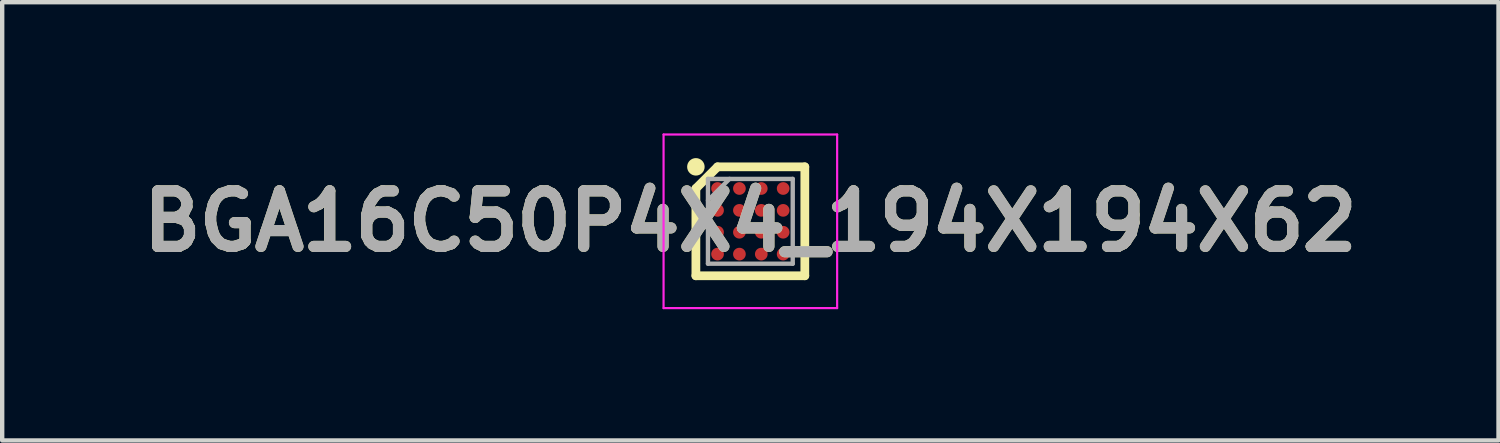
<source format=kicad_pcb>
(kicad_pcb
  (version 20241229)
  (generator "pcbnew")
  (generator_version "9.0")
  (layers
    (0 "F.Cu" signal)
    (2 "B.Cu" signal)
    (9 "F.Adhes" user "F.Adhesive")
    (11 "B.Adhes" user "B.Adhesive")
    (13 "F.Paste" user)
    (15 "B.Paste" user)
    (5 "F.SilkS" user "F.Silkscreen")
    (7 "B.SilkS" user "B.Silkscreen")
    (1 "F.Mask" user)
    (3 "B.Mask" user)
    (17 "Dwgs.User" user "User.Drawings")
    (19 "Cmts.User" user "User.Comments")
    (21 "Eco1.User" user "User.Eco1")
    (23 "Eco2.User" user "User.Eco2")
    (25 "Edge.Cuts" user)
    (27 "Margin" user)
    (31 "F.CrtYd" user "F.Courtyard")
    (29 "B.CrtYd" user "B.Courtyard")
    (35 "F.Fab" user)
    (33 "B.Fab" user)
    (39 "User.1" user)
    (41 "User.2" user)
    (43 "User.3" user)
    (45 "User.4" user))
  (footprint "BGA16C50P4X4_194X194X62"
    (layer "F.Cu")
    (at 14.103 2.009)
    (property "Reference" "BGA16C50P4X4_194X194X62" (at 0 0 0) (layer "F.SilkS") (effects (font (size 1.27 1.27) (thickness 0.254))))
    (attr smd)
    (fp_line (start -1.245 -0.75) (end -0.75 -1.245) (stroke (width 0.2) (type solid)) (layer "F.SilkS"))
    (fp_line (start -1.245 1.245) (end -1.245 -0.75) (stroke (width 0.2) (type solid)) (layer "F.SilkS"))
    (fp_line (start -0.75 -1.245) (end 1.245 -1.245) (stroke (width 0.2) (type solid)) (layer "F.SilkS"))
    (fp_line (start 1.245 -1.245) (end 1.245 1.245) (stroke (width 0.2) (type solid)) (layer "F.SilkS"))
    (fp_line (start 1.245 1.245) (end -1.245 1.245) (stroke (width 0.2) (type solid)) (layer "F.SilkS"))
    (fp_circle (center -1.245 -1.245) (end -1.245 -1.145) (stroke (width 0.2) (type solid)) (fill no) (layer "F.SilkS"))
    (fp_line (start -1.984 -1.984) (end 1.984 -1.984) (stroke (width 0.05) (type solid)) (layer "F.CrtYd"))
    (fp_line (start -1.984 1.984) (end -1.984 -1.984) (stroke (width 0.05) (type solid)) (layer "F.CrtYd"))
    (fp_line (start 1.984 -1.984) (end 1.984 1.984) (stroke (width 0.05) (type solid)) (layer "F.CrtYd"))
    (fp_line (start 1.984 1.984) (end -1.984 1.984) (stroke (width 0.05) (type solid)) (layer "F.CrtYd"))
    (fp_line (start -0.969 -0.969) (end 0.969 -0.969) (stroke (width 0.1) (type solid)) (layer "F.Fab"))
    (fp_line (start -0.969 -0.477) (end -0.477 -0.969) (stroke (width 0.1) (type solid)) (layer "F.Fab"))
    (fp_line (start -0.969 0.969) (end -0.969 -0.969) (stroke (width 0.1) (type solid)) (layer "F.Fab"))
    (fp_line (start 0.969 -0.969) (end 0.969 0.969) (stroke (width 0.1) (type solid)) (layer "F.Fab"))
    (fp_line (start 0.969 0.969) (end -0.969 0.969) (stroke (width 0.1) (type solid)) (layer "F.Fab"))
    (fp_text user "${REFERENCE}" (at 0 0 0) (layer "F.Fab") (effects (font (size 1.27 1.27) (thickness 0.254))))
    (pad "A1" smd circle (at -0.75 -0.75 90) (size 0.29 0.29) (layers "F.Cu" "F.Mask" "F.Paste"))
    (pad "A2" smd circle (at -0.25 -0.75 90) (size 0.29 0.29) (layers "F.Cu" "F.Mask" "F.Paste"))
    (pad "A3" smd circle (at 0.25 -0.75 90) (size 0.29 0.29) (layers "F.Cu" "F.Mask" "F.Paste"))
    (pad "A4" smd circle (at 0.75 -0.75 90) (size 0.29 0.29) (layers "F.Cu" "F.Mask" "F.Paste"))
    (pad "B1" smd circle (at -0.75 -0.25 90) (size 0.29 0.29) (layers "F.Cu" "F.Mask" "F.Paste"))
    (pad "B2" smd circle (at -0.25 -0.25 90) (size 0.29 0.29) (layers "F.Cu" "F.Mask" "F.Paste"))
    (pad "B3" smd circle (at 0.25 -0.25 90) (size 0.29 0.29) (layers "F.Cu" "F.Mask" "F.Paste"))
    (pad "B4" smd circle (at 0.75 -0.25 90) (size 0.29 0.29) (layers "F.Cu" "F.Mask" "F.Paste"))
    (pad "C1" smd circle (at -0.75 0.25 90) (size 0.29 0.29) (layers "F.Cu" "F.Mask" "F.Paste"))
    (pad "C2" smd circle (at -0.25 0.25 90) (size 0.29 0.29) (layers "F.Cu" "F.Mask" "F.Paste"))
    (pad "C3" smd circle (at 0.25 0.25 90) (size 0.29 0.29) (layers "F.Cu" "F.Mask" "F.Paste"))
    (pad "C4" smd circle (at 0.75 0.25 90) (size 0.29 0.29) (layers "F.Cu" "F.Mask" "F.Paste"))
    (pad "D1" smd circle (at -0.75 0.75 90) (size 0.29 0.29) (layers "F.Cu" "F.Mask" "F.Paste"))
    (pad "D2" smd circle (at -0.25 0.75 90) (size 0.29 0.29) (layers "F.Cu" "F.Mask" "F.Paste"))
    (pad "D3" smd circle (at 0.25 0.75 90) (size 0.29 0.29) (layers "F.Cu" "F.Mask" "F.Paste"))
    (pad "D4" smd circle (at 0.75 0.75 90) (size 0.29 0.29) (layers "F.Cu" "F.Mask" "F.Paste")))
  (gr_rect
    (start -3 -3)
    (end 31.206 7.018)
    (stroke (width 0.1) (type default))
    (fill no)
    (layer "Edge.Cuts")))
</source>
